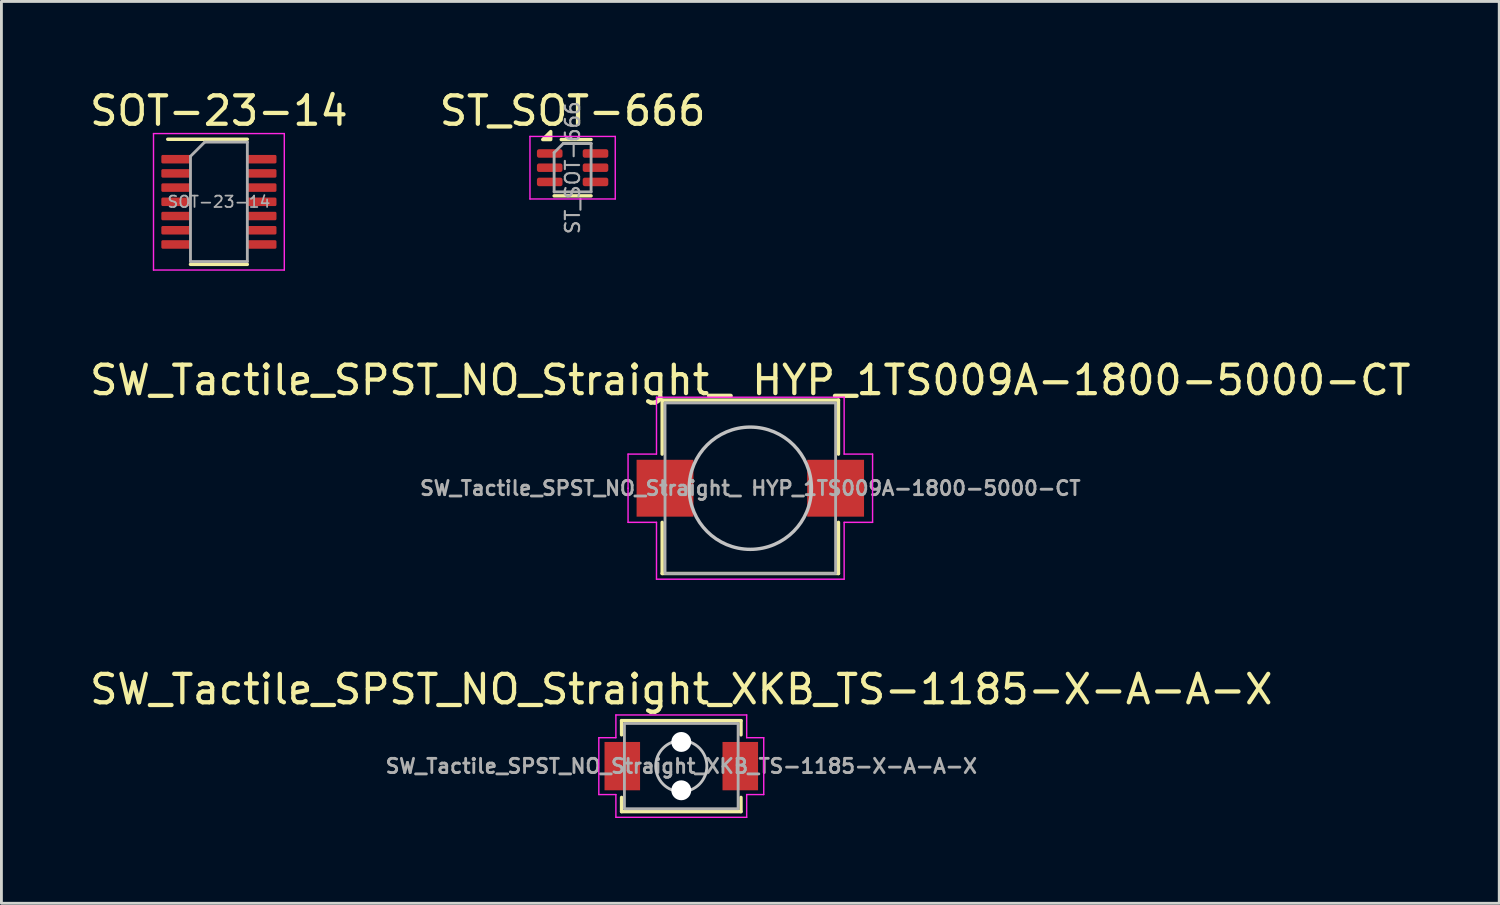
<source format=kicad_pcb>
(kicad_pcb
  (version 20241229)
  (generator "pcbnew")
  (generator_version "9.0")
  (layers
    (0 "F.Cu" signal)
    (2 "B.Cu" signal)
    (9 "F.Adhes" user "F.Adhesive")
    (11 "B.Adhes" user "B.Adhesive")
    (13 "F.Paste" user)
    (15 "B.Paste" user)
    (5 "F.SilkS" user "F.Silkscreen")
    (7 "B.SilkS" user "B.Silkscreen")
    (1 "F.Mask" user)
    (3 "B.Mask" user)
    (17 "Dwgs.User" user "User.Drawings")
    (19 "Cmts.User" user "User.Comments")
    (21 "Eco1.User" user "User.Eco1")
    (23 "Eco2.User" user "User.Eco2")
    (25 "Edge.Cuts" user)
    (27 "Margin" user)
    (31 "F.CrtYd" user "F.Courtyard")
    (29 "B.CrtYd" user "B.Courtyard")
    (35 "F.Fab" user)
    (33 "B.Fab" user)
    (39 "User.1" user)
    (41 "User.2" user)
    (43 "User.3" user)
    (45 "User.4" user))
  (footprint "ST_SOT-666"
    (layer "F.Cu")
    (at 17.089 2.848)
    (property "Reference" "ST_SOT-666" (at 0 -2 0) (layer "F.SilkS") (effects (font (size 1 1) (thickness 0.15))))
    (attr smd)
    (fp_line (start 0.65 -0.99) (end -0.4 -0.99) (stroke (width 0.12) (type solid)) (layer "F.SilkS"))
    (fp_line (start 0.65 0.99) (end -0.65 0.99) (stroke (width 0.12) (type solid)) (layer "F.SilkS"))
    (fp_poly (pts (xy -0.77 -0.99) (xy -1.05 -0.99) (xy -0.77 -1.27) (xy -0.77 -0.99)) (stroke (width 0.12) (type solid)) (fill yes) (layer "F.SilkS"))
    (fp_line (start -1.5 -1.1) (end -1.5 1.1) (stroke (width 0.05) (type solid)) (layer "F.CrtYd"))
    (fp_line (start -1.5 -1.1) (end 1.5 -1.1) (stroke (width 0.05) (type solid)) (layer "F.CrtYd"))
    (fp_line (start -1.5 1.1) (end 1.5 1.1) (stroke (width 0.05) (type solid)) (layer "F.CrtYd"))
    (fp_line (start 1.5 1.1) (end 1.5 -1.1) (stroke (width 0.05) (type solid)) (layer "F.CrtYd"))
    (fp_line (start -0.65 -0.53) (end -0.65 0.85) (stroke (width 0.1) (type solid)) (layer "F.Fab"))
    (fp_line (start -0.65 -0.53) (end -0.33 -0.85) (stroke (width 0.1) (type solid)) (layer "F.Fab"))
    (fp_line (start 0.65 -0.85) (end -0.33 -0.85) (stroke (width 0.1) (type solid)) (layer "F.Fab"))
    (fp_line (start 0.65 -0.85) (end -0.33 -0.85) (stroke (width 0.1) (type solid)) (layer "F.Fab"))
    (fp_line (start 0.65 -0.85) (end 0.65 0.85) (stroke (width 0.1) (type solid)) (layer "F.Fab"))
    (fp_line (start 0.65 0.85) (end -0.65 0.85) (stroke (width 0.1) (type solid)) (layer "F.Fab"))
    (fp_text user "${REFERENCE}" (at 0 0 90) (layer "F.Fab") (effects (font (size 0.5 0.5) (thickness 0.075))))
    (pad "1" smd roundrect (at -0.805 -0.5) (size 0.9 0.3) (layers "F.Cu" "F.Mask" "F.Paste") (roundrect_rratio 0.25))
    (pad "2" smd roundrect (at -0.805 0) (size 0.9 0.3) (layers "F.Cu" "F.Mask" "F.Paste") (roundrect_rratio 0.25))
    (pad "3" smd roundrect (at -0.805 0.5) (size 0.9 0.3) (layers "F.Cu" "F.Mask" "F.Paste") (roundrect_rratio 0.25))
    (pad "4" smd roundrect (at 0.805 0.5) (size 0.9 0.3) (layers "F.Cu" "F.Mask" "F.Paste") (roundrect_rratio 0.25))
    (pad "5" smd roundrect (at 0.805 0) (size 0.9 0.3) (layers "F.Cu" "F.Mask" "F.Paste") (roundrect_rratio 0.25))
    (pad "6" smd roundrect (at 0.805 -0.5) (size 0.9 0.3) (layers "F.Cu" "F.Mask" "F.Paste") (roundrect_rratio 0.25)))
  (footprint "SW_Tactile_SPST_NO_Straight_XKB_TS-1185-X-A-A-X"
    (layer "F.Cu")
    (at 20.911 23.895)
    (property "Reference" "SW_Tactile_SPST_NO_Straight_XKB_TS-1185-X-A-A-X" (at 0 -2.7 0) (unlocked yes) (layer "F.SilkS") (effects (font (size 1 1) (thickness 0.15))))
    (attr smd)
    (fp_line (start -2.1 -1.6) (end -2.1 -1.1) (stroke (width 0.12) (type solid)) (layer "F.SilkS"))
    (fp_line (start -2.1 1.6) (end -2.1 1.1) (stroke (width 0.12) (type solid)) (layer "F.SilkS"))
    (fp_line (start 2.1 -1.6) (end -2.1 -1.6) (stroke (width 0.12) (type solid)) (layer "F.SilkS"))
    (fp_line (start 2.1 -1.1) (end 2.1 -1.6) (stroke (width 0.12) (type solid)) (layer "F.SilkS"))
    (fp_line (start 2.1 1.1) (end 2.1 1.6) (stroke (width 0.12) (type solid)) (layer "F.SilkS"))
    (fp_line (start 2.1 1.6) (end -2.1 1.6) (stroke (width 0.12) (type solid)) (layer "F.SilkS"))
    (fp_circle (center 0 0) (end 0.9 0) (stroke (width 0.1) (type default)) (fill no) (layer "Dwgs.User"))
    (fp_line (start -2.9 -1) (end -2.3 -1) (stroke (width 0.05) (type solid)) (layer "F.CrtYd"))
    (fp_line (start -2.9 1) (end -2.9 -1) (stroke (width 0.05) (type solid)) (layer "F.CrtYd"))
    (fp_line (start -2.9 1) (end -2.3 1) (stroke (width 0.05) (type solid)) (layer "F.CrtYd"))
    (fp_line (start -2.3 -1.8) (end 2.3 -1.8) (stroke (width 0.05) (type solid)) (layer "F.CrtYd"))
    (fp_line (start -2.3 -1) (end -2.3 -1.8) (stroke (width 0.05) (type solid)) (layer "F.CrtYd"))
    (fp_line (start -2.3 1) (end -2.3 1.8) (stroke (width 0.05) (type solid)) (layer "F.CrtYd"))
    (fp_line (start -2.3 1.8) (end 2.3 1.8) (stroke (width 0.05) (type solid)) (layer "F.CrtYd"))
    (fp_line (start 2.3 -1.8) (end 2.3 -1) (stroke (width 0.05) (type solid)) (layer "F.CrtYd"))
    (fp_line (start 2.3 -1) (end 2.9 -1) (stroke (width 0.05) (type solid)) (layer "F.CrtYd"))
    (fp_line (start 2.3 1) (end 2.9 1) (stroke (width 0.05) (type solid)) (layer "F.CrtYd"))
    (fp_line (start 2.3 1.8) (end 2.3 1) (stroke (width 0.05) (type solid)) (layer "F.CrtYd"))
    (fp_line (start 2.9 -1) (end 2.9 1) (stroke (width 0.05) (type solid)) (layer "F.CrtYd"))
    (fp_rect (start -2 -1.5) (end 2 1.5) (stroke (width 0.1) (type solid)) (fill no) (layer "F.Fab"))
    (fp_text user "${REFERENCE}" (at 0 0 0) (unlocked yes) (layer "F.Fab") (effects (font (size 0.5 0.5) (thickness 0.1))))
    (pad "" np_thru_hole circle (at 0 -0.85) (size 0.7 0.7) (drill 0.7) (layers "*.Cu" "*.Mask"))
    (pad "" np_thru_hole circle (at 0 0.85) (size 0.7 0.7) (drill 0.7) (layers "*.Cu" "*.Mask"))
    (pad "1" smd rect (at -2.075 0) (size 1.25 1.7) (layers "F.Cu" "F.Mask" "F.Paste"))
    (pad "2" smd rect (at 2.075 0) (size 1.25 1.7) (layers "F.Cu" "F.Mask" "F.Paste")))
  (footprint "SW_Tactile_SPST_NO_Straight_ HYP_1TS009A-1800-5000-CT"
    (layer "F.Cu")
    (at 23.339 14.121)
    (property "Reference" "SW_Tactile_SPST_NO_Straight_ HYP_1TS009A-1800-5000-CT" (at 0 -3.8 0) (unlocked yes) (layer "F.SilkS") (effects (font (size 1 1) (thickness 0.15))))
    (attr smd)
    (fp_line (start -3.1 -3.1) (end -3.1 -1.2) (stroke (width 0.12) (type solid)) (layer "F.SilkS"))
    (fp_line (start -3.1 1.2) (end -3.1 3) (stroke (width 0.12) (type solid)) (layer "F.SilkS"))
    (fp_line (start -3.1 3) (end 3.1 3) (stroke (width 0.12) (type solid)) (layer "F.SilkS"))
    (fp_line (start 3.1 -3.1) (end -3.1 -3.1) (stroke (width 0.12) (type solid)) (layer "F.SilkS"))
    (fp_line (start 3.1 -1.2) (end 3.1 -3.1) (stroke (width 0.12) (type solid)) (layer "F.SilkS"))
    (fp_line (start 3.1 3) (end 3.1 1.2) (stroke (width 0.12) (type solid)) (layer "F.SilkS"))
    (fp_circle (center 0 0) (end 2.15 0) (stroke (width 0.12) (type default)) (fill no) (layer "Dwgs.User"))
    (fp_line (start -4.3 -1.2) (end -4.3 0) (stroke (width 0.05) (type solid)) (layer "F.CrtYd"))
    (fp_line (start -4.3 1.2) (end -4.3 0) (stroke (width 0.05) (type solid)) (layer "F.CrtYd"))
    (fp_line (start -3.3 -3.2) (end 3.3 -3.2) (stroke (width 0.05) (type solid)) (layer "F.CrtYd"))
    (fp_line (start -3.3 -1.2) (end -4.3 -1.2) (stroke (width 0.05) (type solid)) (layer "F.CrtYd"))
    (fp_line (start -3.3 -1.2) (end -3.3 -3.2) (stroke (width 0.05) (type solid)) (layer "F.CrtYd"))
    (fp_line (start -3.3 1.2) (end -4.3 1.2) (stroke (width 0.05) (type solid)) (layer "F.CrtYd"))
    (fp_line (start -3.3 1.2) (end -3.3 3.2) (stroke (width 0.05) (type solid)) (layer "F.CrtYd"))
    (fp_line (start -3.3 3.2) (end 3.3 3.2) (stroke (width 0.05) (type solid)) (layer "F.CrtYd"))
    (fp_line (start 3.3 -3.2) (end 3.3 -1.2) (stroke (width 0.05) (type solid)) (layer "F.CrtYd"))
    (fp_line (start 3.3 -1.2) (end 4.3 -1.2) (stroke (width 0.05) (type solid)) (layer "F.CrtYd"))
    (fp_line (start 3.3 1.2) (end 4.3 1.2) (stroke (width 0.05) (type solid)) (layer "F.CrtYd"))
    (fp_line (start 3.3 3.2) (end 3.3 1.2) (stroke (width 0.05) (type solid)) (layer "F.CrtYd"))
    (fp_line (start 4.3 -1.2) (end 4.3 0) (stroke (width 0.05) (type solid)) (layer "F.CrtYd"))
    (fp_line (start 4.3 1.2) (end 4.3 0) (stroke (width 0.05) (type solid)) (layer "F.CrtYd"))
    (fp_rect (start -3 -3) (end 3 3) (stroke (width 0.1) (type solid)) (fill no) (layer "F.Fab"))
    (fp_text user "${REFERENCE}" (at 0 0 0) (unlocked yes) (layer "F.Fab") (effects (font (size 0.5 0.5) (thickness 0.1))))
    (pad "1" smd rect (at -3 0) (size 2 2) (layers "F.Cu" "F.Mask" "F.Paste"))
    (pad "2" smd rect (at 3 0) (size 2 2) (layers "F.Cu" "F.Mask" "F.Paste")))
  (footprint "SOT-23-14"
    (layer "F.Cu")
    (at 4.649 4.048)
    (property "Reference" "SOT-23-14" (at 0 -3.2 0) (layer "F.SilkS") (effects (font (size 1 1) (thickness 0.15))))
    (attr smd)
    (fp_line (start 1 -2.2) (end -1.8 -2.2) (stroke (width 0.12) (type solid)) (layer "F.SilkS"))
    (fp_line (start 1 2.2) (end -1 2.2) (stroke (width 0.12) (type solid)) (layer "F.SilkS"))
    (fp_line (start -2.3 -2.4) (end -2.3 2.4) (stroke (width 0.05) (type solid)) (layer "F.CrtYd"))
    (fp_line (start -2.3 2.4) (end 2.3 2.4) (stroke (width 0.05) (type solid)) (layer "F.CrtYd"))
    (fp_line (start 2.3 -2.4) (end -2.3 -2.4) (stroke (width 0.05) (type solid)) (layer "F.CrtYd"))
    (fp_line (start 2.3 2.4) (end 2.3 -2.4) (stroke (width 0.05) (type solid)) (layer "F.CrtYd"))
    (fp_line (start -1 -1.6) (end -0.5 -2.1) (stroke (width 0.1) (type solid)) (layer "F.Fab"))
    (fp_line (start -1 2.1) (end -1 -1.6) (stroke (width 0.1) (type solid)) (layer "F.Fab"))
    (fp_line (start -1 2.1) (end 1 2.1) (stroke (width 0.1) (type solid)) (layer "F.Fab"))
    (fp_line (start -0.5 -2.1) (end 1 -2.1) (stroke (width 0.1) (type solid)) (layer "F.Fab"))
    (fp_line (start 1 -2.1) (end 1 2.1) (stroke (width 0.1) (type solid)) (layer "F.Fab"))
    (fp_text user "${REFERENCE}" (at 0 0 0) (layer "F.Fab") (effects (font (size 0.4 0.4) (thickness 0.06))))
    (pad "1" smd roundrect (at -1.5 -1.5) (size 1.05 0.3) (layers "F.Cu" "F.Mask" "F.Paste") (roundrect_rratio 0.167))
    (pad "2" smd roundrect (at -1.5 -1) (size 1.05 0.3) (layers "F.Cu" "F.Mask" "F.Paste") (roundrect_rratio 0.167))
    (pad "3" smd roundrect (at -1.5 -0.5) (size 1.05 0.3) (layers "F.Cu" "F.Mask" "F.Paste") (roundrect_rratio 0.167))
    (pad "4" smd roundrect (at -1.5 0) (size 1.05 0.3) (layers "F.Cu" "F.Mask" "F.Paste") (roundrect_rratio 0.167))
    (pad "5" smd roundrect (at -1.5 0.5) (size 1.05 0.3) (layers "F.Cu" "F.Mask" "F.Paste") (roundrect_rratio 0.167))
    (pad "6" smd roundrect (at -1.5 1) (size 1.05 0.3) (layers "F.Cu" "F.Mask" "F.Paste") (roundrect_rratio 0.167))
    (pad "7" smd roundrect (at -1.5 1.5) (size 1.05 0.3) (layers "F.Cu" "F.Mask" "F.Paste") (roundrect_rratio 0.167))
    (pad "8" smd roundrect (at 1.5 1.5) (size 1.05 0.3) (layers "F.Cu" "F.Mask" "F.Paste") (roundrect_rratio 0.167))
    (pad "9" smd roundrect (at 1.5 1) (size 1.05 0.3) (layers "F.Cu" "F.Mask" "F.Paste") (roundrect_rratio 0.167))
    (pad "10" smd roundrect (at 1.5 0.5) (size 1.05 0.3) (layers "F.Cu" "F.Mask" "F.Paste") (roundrect_rratio 0.167))
    (pad "11" smd roundrect (at 1.5 0) (size 1.05 0.3) (layers "F.Cu" "F.Mask" "F.Paste") (roundrect_rratio 0.167))
    (pad "12" smd roundrect (at 1.5 -0.5) (size 1.05 0.3) (layers "F.Cu" "F.Mask" "F.Paste") (roundrect_rratio 0.167))
    (pad "13" smd roundrect (at 1.5 -1) (size 1.05 0.3) (layers "F.Cu" "F.Mask" "F.Paste") (roundrect_rratio 0.167))
    (pad "14" smd roundrect (at 1.5 -1.5) (size 1.05 0.3) (layers "F.Cu" "F.Mask" "F.Paste") (roundrect_rratio 0.167)))
  (gr_rect
    (start -3 -3)
    (end 49.679 28.72)
    (stroke (width 0.1) (type default))
    (fill no)
    (layer "Edge.Cuts")))
</source>
